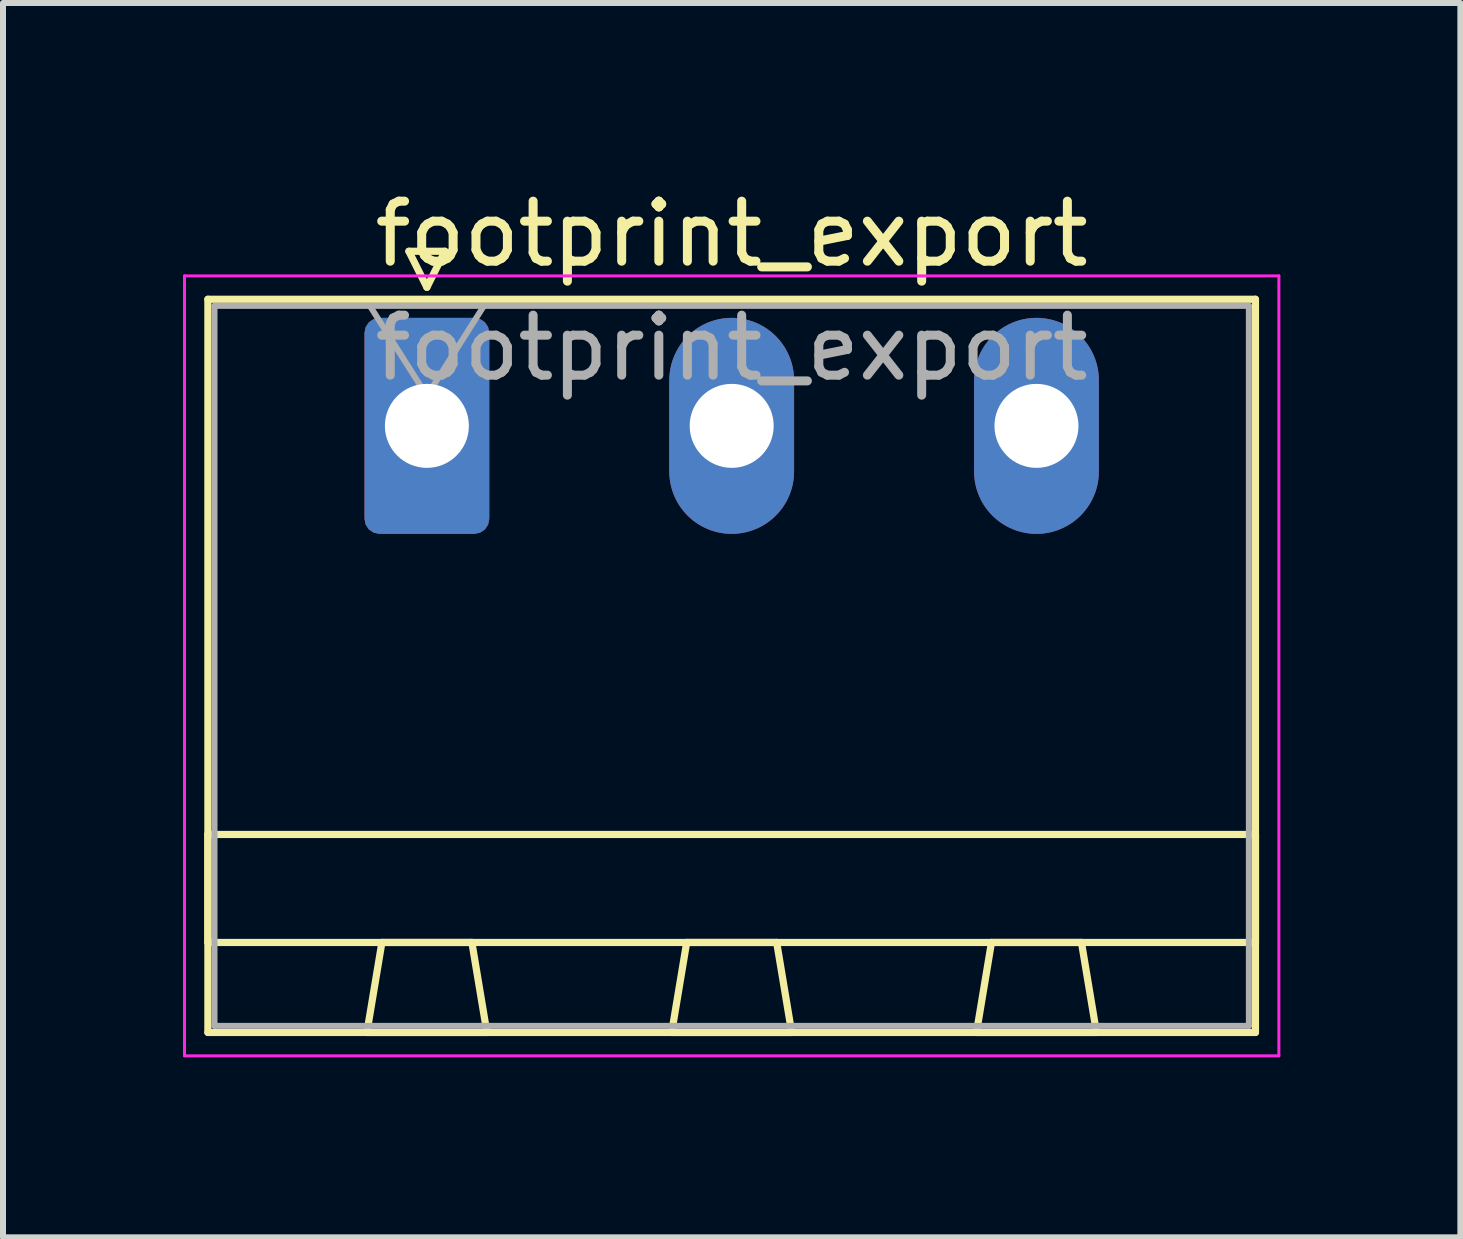
<source format=kicad_pcb>
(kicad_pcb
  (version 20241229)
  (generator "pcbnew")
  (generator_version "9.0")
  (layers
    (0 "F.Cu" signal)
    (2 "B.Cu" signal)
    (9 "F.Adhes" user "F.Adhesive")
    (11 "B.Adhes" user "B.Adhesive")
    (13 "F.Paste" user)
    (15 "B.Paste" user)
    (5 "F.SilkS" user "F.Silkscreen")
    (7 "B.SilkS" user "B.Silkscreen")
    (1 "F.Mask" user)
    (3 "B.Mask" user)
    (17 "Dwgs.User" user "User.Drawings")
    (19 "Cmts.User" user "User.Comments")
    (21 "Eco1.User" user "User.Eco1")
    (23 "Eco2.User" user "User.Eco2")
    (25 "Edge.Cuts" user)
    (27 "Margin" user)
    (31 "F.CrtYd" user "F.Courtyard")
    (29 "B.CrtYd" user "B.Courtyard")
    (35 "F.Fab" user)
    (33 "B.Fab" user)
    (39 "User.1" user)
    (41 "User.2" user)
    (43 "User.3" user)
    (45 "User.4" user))
  (footprint "footprint_export"
    (layer "F.Cu")
    (at 4.065 4.048)
    (property "Reference" "footprint_export" (at 5.08 -3.2 0) (layer "F.SilkS") (effects (font (size 1 1) (thickness 0.15))))
    (attr through_hole)
    (fp_line (start -3.65 -2.11) (end -3.65 10.11) (stroke (width 0.12) (type solid)) (layer "F.SilkS"))
    (fp_line (start -3.65 6.81) (end 13.81 6.81) (stroke (width 0.12) (type solid)) (layer "F.SilkS"))
    (fp_line (start -3.65 8.61) (end -3.65 6.81) (stroke (width 0.12) (type solid)) (layer "F.SilkS"))
    (fp_line (start -3.65 10.11) (end 13.81 10.11) (stroke (width 0.12) (type solid)) (layer "F.SilkS"))
    (fp_line (start -1 10.11) (end 1 10.11) (stroke (width 0.12) (type solid)) (layer "F.SilkS"))
    (fp_line (start -0.75 8.61) (end -1 10.11) (stroke (width 0.12) (type solid)) (layer "F.SilkS"))
    (fp_line (start -0.3 -2.91) (end 0.3 -2.91) (stroke (width 0.12) (type solid)) (layer "F.SilkS"))
    (fp_line (start 0 -2.31) (end -0.3 -2.91) (stroke (width 0.12) (type solid)) (layer "F.SilkS"))
    (fp_line (start 0.3 -2.91) (end 0 -2.31) (stroke (width 0.12) (type solid)) (layer "F.SilkS"))
    (fp_line (start 0.75 8.61) (end -0.75 8.61) (stroke (width 0.12) (type solid)) (layer "F.SilkS"))
    (fp_line (start 1 10.11) (end 0.75 8.61) (stroke (width 0.12) (type solid)) (layer "F.SilkS"))
    (fp_line (start 4.08 10.11) (end 6.08 10.11) (stroke (width 0.12) (type solid)) (layer "F.SilkS"))
    (fp_line (start 4.33 8.61) (end 4.08 10.11) (stroke (width 0.12) (type solid)) (layer "F.SilkS"))
    (fp_line (start 5.83 8.61) (end 4.33 8.61) (stroke (width 0.12) (type solid)) (layer "F.SilkS"))
    (fp_line (start 6.08 10.11) (end 5.83 8.61) (stroke (width 0.12) (type solid)) (layer "F.SilkS"))
    (fp_line (start 9.16 10.11) (end 11.16 10.11) (stroke (width 0.12) (type solid)) (layer "F.SilkS"))
    (fp_line (start 9.41 8.61) (end 9.16 10.11) (stroke (width 0.12) (type solid)) (layer "F.SilkS"))
    (fp_line (start 10.91 8.61) (end 9.41 8.61) (stroke (width 0.12) (type solid)) (layer "F.SilkS"))
    (fp_line (start 11.16 10.11) (end 10.91 8.61) (stroke (width 0.12) (type solid)) (layer "F.SilkS"))
    (fp_line (start 13.81 -2.11) (end -3.65 -2.11) (stroke (width 0.12) (type solid)) (layer "F.SilkS"))
    (fp_line (start 13.81 6.81) (end 13.81 8.61) (stroke (width 0.12) (type solid)) (layer "F.SilkS"))
    (fp_line (start 13.81 8.61) (end -3.65 8.61) (stroke (width 0.12) (type solid)) (layer "F.SilkS"))
    (fp_line (start 13.81 10.11) (end 13.81 -2.11) (stroke (width 0.12) (type solid)) (layer "F.SilkS"))
    (fp_line (start -4.04 -2.5) (end -4.04 10.5) (stroke (width 0.05) (type solid)) (layer "F.CrtYd"))
    (fp_line (start -4.04 10.5) (end 14.2 10.5) (stroke (width 0.05) (type solid)) (layer "F.CrtYd"))
    (fp_line (start 14.2 -2.5) (end -4.04 -2.5) (stroke (width 0.05) (type solid)) (layer "F.CrtYd"))
    (fp_line (start 14.2 10.5) (end 14.2 -2.5) (stroke (width 0.05) (type solid)) (layer "F.CrtYd"))
    (fp_line (start -3.54 -2) (end -3.54 10) (stroke (width 0.1) (type solid)) (layer "F.Fab"))
    (fp_line (start -3.54 10) (end 13.7 10) (stroke (width 0.1) (type solid)) (layer "F.Fab"))
    (fp_line (start 0 -0.5) (end -0.95 -2) (stroke (width 0.1) (type solid)) (layer "F.Fab"))
    (fp_line (start 0.95 -2) (end 0 -0.5) (stroke (width 0.1) (type solid)) (layer "F.Fab"))
    (fp_line (start 13.7 -2) (end -3.54 -2) (stroke (width 0.1) (type solid)) (layer "F.Fab"))
    (fp_line (start 13.7 10) (end 13.7 -2) (stroke (width 0.1) (type solid)) (layer "F.Fab"))
    (fp_text user "${REFERENCE}" (at 5.08 -1.3 0) (layer "F.Fab") (effects (font (size 1 1) (thickness 0.15))))
    (pad "1" thru_hole roundrect (at 0 0) (size 2.08 3.6) (drill 1.4) (layers "*.Cu" "*.Mask") (roundrect_rratio 0.12))
    (pad "2" thru_hole oval (at 5.08 0) (size 2.08 3.6) (drill 1.4) (layers "*.Cu" "*.Mask"))
    (pad "3" thru_hole oval (at 10.16 0) (size 2.08 3.6) (drill 1.4) (layers "*.Cu" "*.Mask")))
  (gr_rect
    (start -3 -3)
    (end 21.29 17.573)
    (stroke (width 0.1) (type default))
    (fill no)
    (layer "Edge.Cuts")))
</source>
